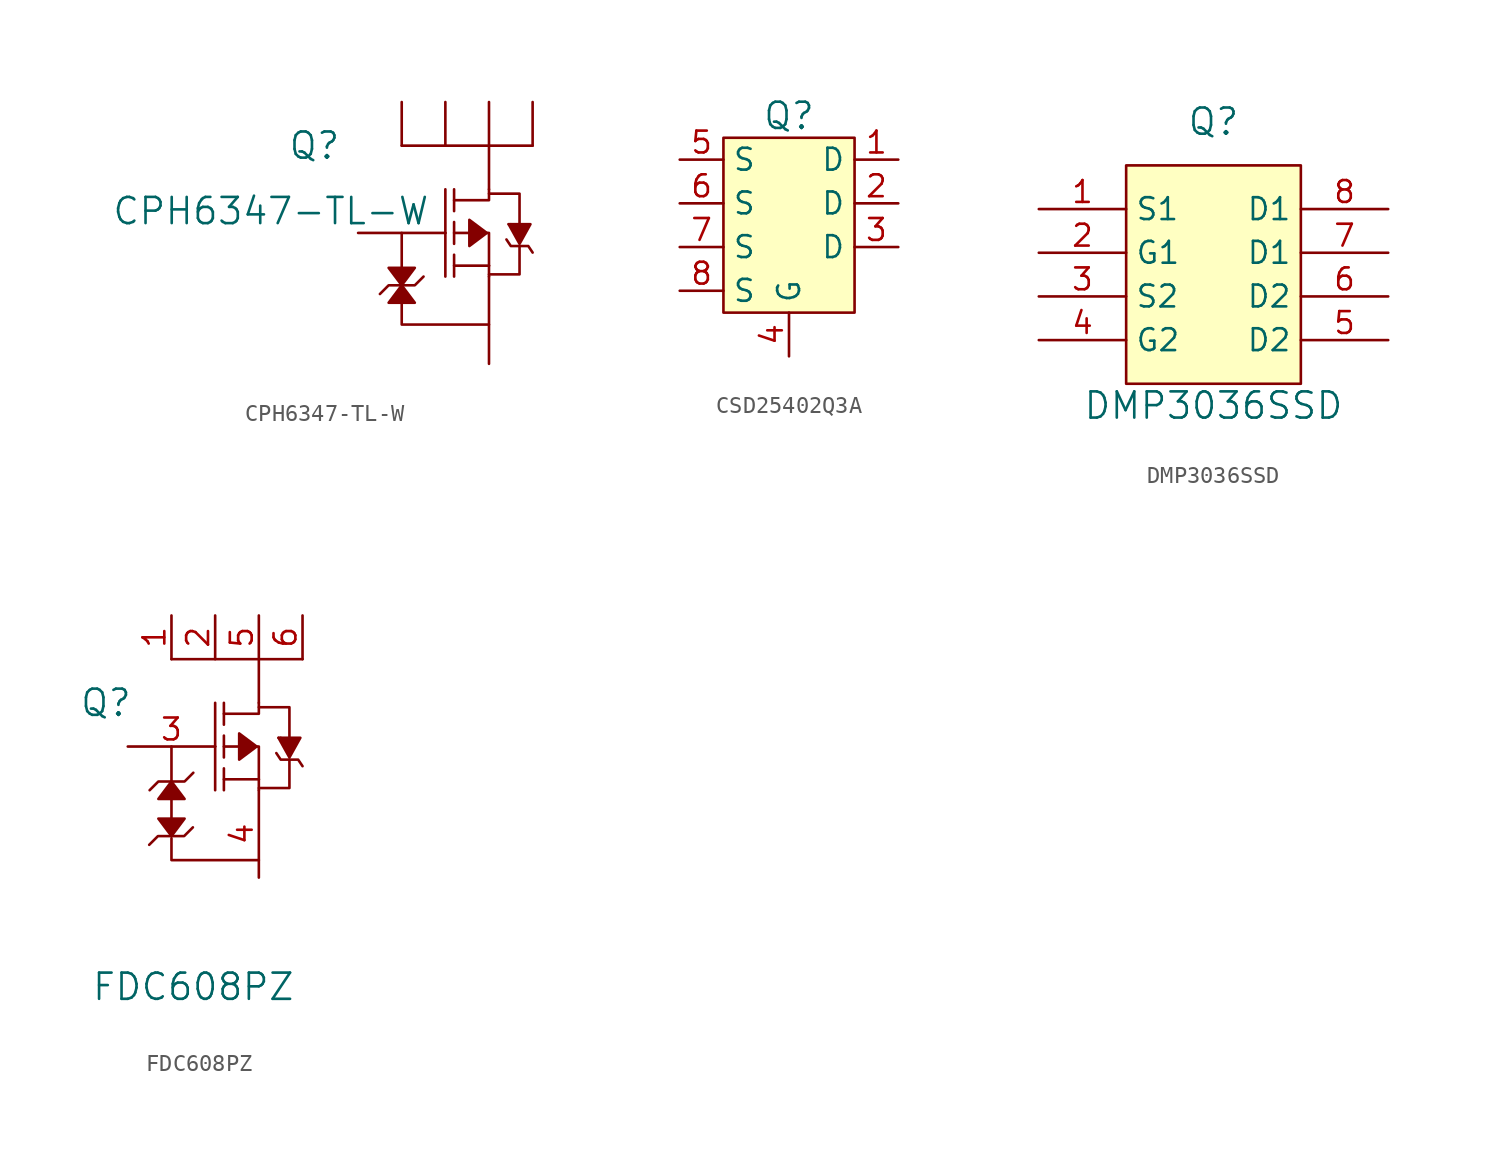
<source format=kicad_sym>
(kicad_symbol_lib
  (version 20211014)
  (generator kicad_symbol_editor)
  (symbol "CPH6347-TL-W"
    (pin_numbers hide)
    (pin_names
      (offset 0) hide)
    (property "Reference" "Q"
      (at -7.62 5.08 0)
      (effects (font (size 1.524 1.524))))
    (property "Value" "CPH6347-TL-W"
      (at -10.16 1.27 0)
      (effects (font (size 1.524 1.524))))
    (symbol "CPH6347-TL-W_0_1"
      (polyline (pts (xy -2.54 -2.032) (xy -2.54 0)) (stroke (width 0) (type default) (color 0 0 0 0)) (fill (type none)))
      (polyline (pts (xy 0 0) (xy 0 -2.54)) (stroke (width 0) (type default) (color 0 0 0 0)) (fill (type none)))
      (polyline (pts (xy 0 0) (xy 0 2.54)) (stroke (width 0) (type default) (color 0 0 0 0)) (fill (type none)))
      (polyline (pts (xy 0.508 -1.905) (xy 2.54 -1.905)) (stroke (width 0) (type default) (color 0 0 0 0)) (fill (type none)))
      (polyline (pts (xy 0.508 -1.27) (xy 0.508 -2.54)) (stroke (width 0) (type default) (color 0 0 0 0)) (fill (type none)))
      (polyline (pts (xy 0.508 -0.635) (xy 0.508 0.635)) (stroke (width 0) (type default) (color 0 0 0 0)) (fill (type none)))
      (polyline (pts (xy 0.508 0) (xy 1.397 0)) (stroke (width 0) (type default) (color 0 0 0 0)) (fill (type none)))
      (polyline (pts (xy 0.508 1.27) (xy 0.508 2.54)) (stroke (width 0) (type default) (color 0 0 0 0)) (fill (type none)))
      (polyline (pts (xy 2.54 -2.54) (xy 2.54 -1.905)) (stroke (width 0) (type default) (color 0 0 0 0)) (fill (type none)))
      (polyline (pts (xy 2.54 2.54) (xy 2.54 5.08)) (stroke (width 0) (type default) (color 0 0 0 0)) (fill (type none)))
      (polyline (pts (xy 3.81 0.508) (xy 3.683 0.508)) (stroke (width 0) (type default) (color 0 0 0 0)) (fill (type none)))
      (polyline (pts (xy 5.08 5.08) (xy -2.54 5.08)) (stroke (width 0) (type default) (color 0 0 0 0)) (fill (type none)))
      (polyline (pts (xy -2.54 -4.064) (xy -2.54 -5.334) (xy 2.54 -5.334)) (stroke (width 0) (type default) (color 0 0 0 0)) (fill (type none)))
      (polyline (pts (xy 0.508 1.905) (xy 2.54 1.905) (xy 2.54 2.54)) (stroke (width 0) (type default) (color 0 0 0 0)) (fill (type none)))
      (polyline (pts (xy 2.413 0) (xy 2.54 0) (xy 2.54 -1.905)) (stroke (width 0) (type default) (color 0 0 0 0)) (fill (type none)))
      (polyline (pts (xy 4.318 -0.762) (xy 4.318 -2.413) (xy 2.54 -2.413)) (stroke (width 0) (type default) (color 0 0 0 0)) (fill (type none)))
      (polyline (pts (xy 4.318 0.508) (xy 4.318 2.286) (xy 2.54 2.286)) (stroke (width 0) (type default) (color 0 0 0 0)) (fill (type none)))
      (polyline (pts (xy -3.81 -3.556) (xy -3.302 -3.048) (xy -1.778 -3.048) (xy -1.27 -2.54)) (stroke (width 0) (type default) (color 0 0 0 0)) (fill (type none)))
      (polyline (pts (xy -3.302 -2.032) (xy -1.778 -2.032) (xy -2.54 -3.048) (xy -3.302 -2.032)) (stroke (width 0) (type default) (color 0 0 0 0)) (fill (type outline)))
      (polyline (pts (xy -1.778 -4.064) (xy -3.302 -4.064) (xy -2.54 -3.048) (xy -1.778 -4.064)) (stroke (width 0) (type default) (color 0 0 0 0)) (fill (type outline)))
      (polyline (pts (xy 2.413 0) (xy 1.397 0.762) (xy 1.397 -0.762) (xy 2.413 0)) (stroke (width 0) (type default) (color 0 0 0 0)) (fill (type outline)))
      (polyline (pts (xy 3.556 -0.381) (xy 3.81 -0.762) (xy 4.826 -0.762) (xy 5.08 -1.143)) (stroke (width 0) (type default) (color 0 0 0 0)) (fill (type none)))
      (polyline (pts (xy 3.683 0.508) (xy 4.318 -0.635) (xy 4.953 0.508) (xy 3.81 0.508)) (stroke (width 0) (type default) (color 0 0 0 0)) (fill (type outline))))
    (symbol "CPH6347-TL-W_1_1"
      (pin input line (at -2.54 7.62 270) (length 2.54) (name "D" (effects (font (size 1.27 1.27)))) (number "1" (effects (font (size 1.27 1.27)))))
      (pin input line (at 0 7.62 270) (length 2.54) (name "D" (effects (font (size 1.27 1.27)))) (number "2" (effects (font (size 1.27 1.27)))))
      (pin input line (at -5.08 0 0) (length 5.08) (name "G" (effects (font (size 1.27 1.27)))) (number "3" (effects (font (size 1.27 1.27)))))
      (pin input line (at 2.54 -7.62 90) (length 5.08) (name "S" (effects (font (size 1.27 1.27)))) (number "4" (effects (font (size 1.27 1.27)))))
      (pin input line (at 2.54 7.62 270) (length 2.54) (name "D" (effects (font (size 1.27 1.27)))) (number "5" (effects (font (size 1.27 1.27)))))
      (pin input line (at 5.08 7.62 270) (length 2.54) (name "D" (effects (font (size 1.27 1.27)))) (number "6" (effects (font (size 1.27 1.27)))))))
  (symbol "CSD25402Q3A"
    (property "Reference" "Q"
      (at 0 6.35 0)
      (effects (font (size 1.524 1.524))))
    (symbol "CSD25402Q3A_0_1"
      (rectangle (start -3.81 5.08) (end 3.81 -5.08) (stroke (width 0) (type default) (color 0 0 0 0)) (fill (type background))))
    (symbol "CSD25402Q3A_1_1"
      (pin input line (at 6.35 3.81 180) (length 2.54) (name "D" (effects (font (size 1.27 1.27)))) (number "1" (effects (font (size 1.27 1.27)))))
      (pin input line (at 6.35 1.27 180) (length 2.54) (name "D" (effects (font (size 1.27 1.27)))) (number "2" (effects (font (size 1.27 1.27)))))
      (pin input line (at 6.35 -1.27 180) (length 2.54) (name "D" (effects (font (size 1.27 1.27)))) (number "3" (effects (font (size 1.27 1.27)))))
      (pin input line (at 0 -7.62 90) (length 2.54) (name "G" (effects (font (size 1.27 1.27)))) (number "4" (effects (font (size 1.27 1.27)))))
      (pin output line (at -6.35 3.81 0) (length 2.54) (name "S" (effects (font (size 1.27 1.27)))) (number "5" (effects (font (size 1.27 1.27)))))
      (pin output line (at -6.35 1.27 0) (length 2.54) (name "S" (effects (font (size 1.27 1.27)))) (number "6" (effects (font (size 1.27 1.27)))))
      (pin output line (at -6.35 -1.27 0) (length 2.54) (name "S" (effects (font (size 1.27 1.27)))) (number "7" (effects (font (size 1.27 1.27)))))
      (pin output line (at -6.35 -3.81 0) (length 2.54) (name "S" (effects (font (size 1.27 1.27)))) (number "8" (effects (font (size 1.27 1.27)))))))
  (symbol "DMP3036SSD"
    (property "Reference" "Q"
      (at 0 8.89 0)
      (effects (font (size 1.524 1.524))))
    (property "Value" "DMP3036SSD"
      (at 0 -7.62 0)
      (effects (font (size 1.524 1.524))))
    (symbol "DMP3036SSD_0_1"
      (rectangle (start -5.08 6.35) (end 5.08 -6.35) (stroke (width 0) (type default) (color 0 0 0 0)) (fill (type background))))
    (symbol "DMP3036SSD_1_1"
      (pin passive line (at -10.16 3.81 0) (length 5.08) (name "S1" (effects (font (size 1.27 1.27)))) (number "1" (effects (font (size 1.27 1.27)))))
      (pin passive line (at -10.16 1.27 0) (length 5.08) (name "G1" (effects (font (size 1.27 1.27)))) (number "2" (effects (font (size 1.27 1.27)))))
      (pin passive line (at -10.16 -1.27 0) (length 5.08) (name "S2" (effects (font (size 1.27 1.27)))) (number "3" (effects (font (size 1.27 1.27)))))
      (pin passive line (at -10.16 -3.81 0) (length 5.08) (name "G2" (effects (font (size 1.27 1.27)))) (number "4" (effects (font (size 1.27 1.27)))))
      (pin input line (at 10.16 -3.81 180) (length 5.08) (name "D2" (effects (font (size 1.27 1.27)))) (number "5" (effects (font (size 1.27 1.27)))))
      (pin input line (at 10.16 -1.27 180) (length 5.08) (name "D2" (effects (font (size 1.27 1.27)))) (number "6" (effects (font (size 1.27 1.27)))))
      (pin input line (at 10.16 1.27 180) (length 5.08) (name "D1" (effects (font (size 1.27 1.27)))) (number "7" (effects (font (size 1.27 1.27)))))
      (pin input line (at 10.16 3.81 180) (length 5.08) (name "D1" (effects (font (size 1.27 1.27)))) (number "8" (effects (font (size 1.27 1.27)))))))
  (symbol "FDC608PZ"
    (pin_names
      (offset 1.016) hide)
    (property "Reference" "Q"
      (at -7.62 -10.16 0)
      (effects (font (size 1.524 1.524))))
    (property "Value" "FDC608PZ"
      (at -2.54 -26.67 0)
      (effects (font (size 1.524 1.524))))
    (symbol "FDC608PZ_0_1"
      (polyline (pts (xy -3.81 -15.24) (xy -3.81 -17.78)) (stroke (width 0) (type default) (color 0 0 0 0)) (fill (type none))))
    (symbol "FDC608PZ_1_1"
      (polyline (pts (xy -3.81 -14.732) (xy -3.81 -12.7)) (stroke (width 0) (type default) (color 0 0 0 0)) (fill (type none)))
      (polyline (pts (xy -1.27 -12.7) (xy -1.27 -15.24)) (stroke (width 0) (type default) (color 0 0 0 0)) (fill (type none)))
      (polyline (pts (xy -1.27 -12.7) (xy -1.27 -10.16)) (stroke (width 0) (type default) (color 0 0 0 0)) (fill (type none)))
      (polyline (pts (xy -0.762 -14.605) (xy 1.27 -14.605)) (stroke (width 0) (type default) (color 0 0 0 0)) (fill (type none)))
      (polyline (pts (xy -0.762 -13.97) (xy -0.762 -15.24)) (stroke (width 0) (type default) (color 0 0 0 0)) (fill (type none)))
      (polyline (pts (xy -0.762 -13.335) (xy -0.762 -12.065)) (stroke (width 0) (type default) (color 0 0 0 0)) (fill (type none)))
      (polyline (pts (xy -0.762 -12.7) (xy 0.127 -12.7)) (stroke (width 0) (type default) (color 0 0 0 0)) (fill (type none)))
      (polyline (pts (xy -0.762 -11.43) (xy -0.762 -10.16)) (stroke (width 0) (type default) (color 0 0 0 0)) (fill (type none)))
      (polyline (pts (xy 1.27 -15.24) (xy 1.27 -14.605)) (stroke (width 0) (type default) (color 0 0 0 0)) (fill (type none)))
      (polyline (pts (xy 1.27 -10.16) (xy 1.27 -7.62)) (stroke (width 0) (type default) (color 0 0 0 0)) (fill (type none)))
      (polyline (pts (xy 2.54 -12.192) (xy 2.413 -12.192)) (stroke (width 0) (type default) (color 0 0 0 0)) (fill (type none)))
      (polyline (pts (xy 3.81 -7.62) (xy -3.81 -7.62)) (stroke (width 0) (type default) (color 0 0 0 0)) (fill (type none)))
      (polyline (pts (xy -3.81 -18.034) (xy -3.81 -19.304) (xy 1.27 -19.304)) (stroke (width 0) (type default) (color 0 0 0 0)) (fill (type none)))
      (polyline (pts (xy -0.762 -10.795) (xy 1.27 -10.795) (xy 1.27 -10.16)) (stroke (width 0) (type default) (color 0 0 0 0)) (fill (type none)))
      (polyline (pts (xy 1.143 -12.7) (xy 1.27 -12.7) (xy 1.27 -14.605)) (stroke (width 0) (type default) (color 0 0 0 0)) (fill (type none)))
      (polyline (pts (xy 3.048 -13.462) (xy 3.048 -15.113) (xy 1.27 -15.113)) (stroke (width 0) (type default) (color 0 0 0 0)) (fill (type none)))
      (polyline (pts (xy 3.048 -12.192) (xy 3.048 -10.414) (xy 1.27 -10.414)) (stroke (width 0) (type default) (color 0 0 0 0)) (fill (type none)))
      (polyline (pts (xy -5.08 -15.24) (xy -4.572 -14.732) (xy -3.048 -14.732) (xy -2.54 -14.224)) (stroke (width 0) (type default) (color 0 0 0 0)) (fill (type none)))
      (polyline (pts (xy -4.572 -16.891) (xy -3.048 -16.891) (xy -3.81 -17.907) (xy -4.572 -16.891)) (stroke (width 0) (type default) (color 0 0 0 0)) (fill (type outline)))
      (polyline (pts (xy -3.048 -15.748) (xy -4.572 -15.748) (xy -3.81 -14.732) (xy -3.048 -15.748)) (stroke (width 0) (type default) (color 0 0 0 0)) (fill (type outline)))
      (polyline (pts (xy -2.565 -17.399) (xy -3.073 -17.907) (xy -4.597 -17.907) (xy -5.105 -18.415)) (stroke (width 0) (type default) (color 0 0 0 0)) (fill (type none)))
      (polyline (pts (xy 1.143 -12.7) (xy 0.127 -11.938) (xy 0.127 -13.462) (xy 1.143 -12.7)) (stroke (width 0) (type default) (color 0 0 0 0)) (fill (type outline)))
      (polyline (pts (xy 2.286 -13.081) (xy 2.54 -13.462) (xy 3.556 -13.462) (xy 3.81 -13.843)) (stroke (width 0) (type default) (color 0 0 0 0)) (fill (type none)))
      (polyline (pts (xy 2.413 -12.192) (xy 3.048 -13.335) (xy 3.683 -12.192) (xy 2.54 -12.192)) (stroke (width 0) (type default) (color 0 0 0 0)) (fill (type outline)))
      (pin input line (at -3.81 -5.08 270) (length 2.54) (name "D" (effects (font (size 1.27 1.27)))) (number "1" (effects (font (size 1.27 1.27)))))
      (pin input line (at -1.27 -5.08 270) (length 2.54) (name "D" (effects (font (size 1.27 1.27)))) (number "2" (effects (font (size 1.27 1.27)))))
      (pin input line (at -6.35 -12.7 0) (length 5.08) (name "G" (effects (font (size 1.27 1.27)))) (number "3" (effects (font (size 1.27 1.27)))))
      (pin input line (at 1.27 -20.32 90) (length 5.08) (name "S" (effects (font (size 1.27 1.27)))) (number "4" (effects (font (size 1.27 1.27)))))
      (pin input line (at 1.27 -5.08 270) (length 2.54) (name "D" (effects (font (size 1.27 1.27)))) (number "5" (effects (font (size 1.27 1.27)))))
      (pin input line (at 3.81 -5.08 270) (length 2.54) (name "D" (effects (font (size 1.27 1.27)))) (number "6" (effects (font (size 1.27 1.27))))))))
</source>
